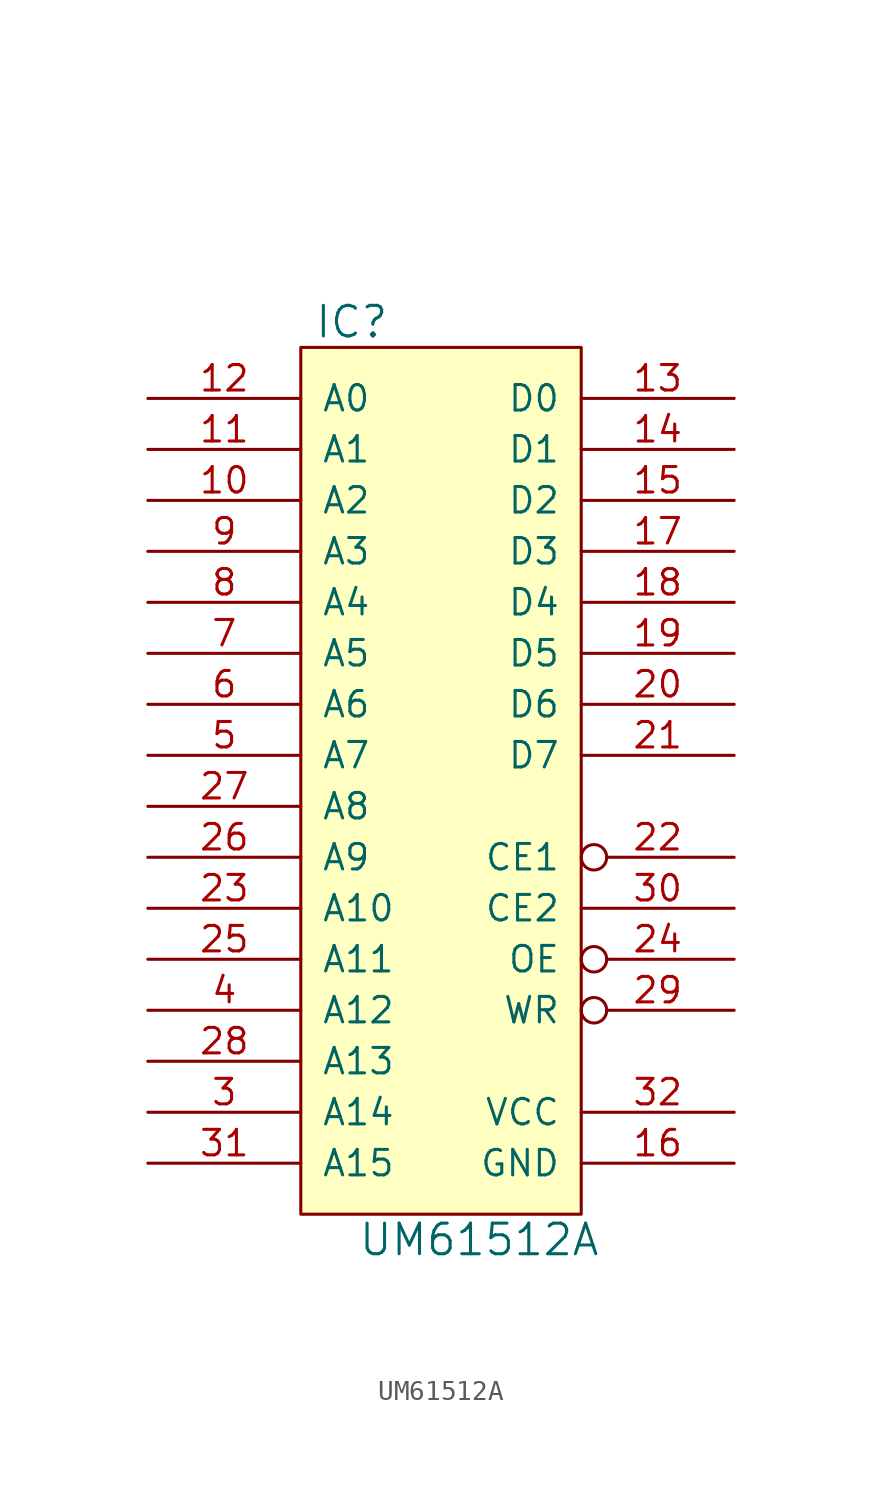
<source format=kicad_sym>
(kicad_symbol_lib
  (version 20220914)
  (generator kicad_symbol_editor)
  (symbol "UM61512A"
    (pin_names
      (offset 1.016))
    (property "Reference" "IC"
      (at 2.54 44.45 0)
      (effects (font (size 1.524 1.524))))
    (property "Value" "UM61512A"
      (at 8.89 -1.27 0)
      (effects (font (size 1.524 1.524))))
    (property "Footprint" ""
      (at 6.35 50.8 0)
      (effects (font (size 1.524 1.524))))
    (property "Datasheet" ""
      (at 6.35 50.8 0)
      (effects (font (size 1.524 1.524))))
    (symbol "UM61512A_0_1"
      (rectangle (start 0 43.18) (end 13.97 0) (stroke (width 0) (type solid)) (fill (type background))))
    (symbol "UM61512A_1_1"
      (pin input line (at -7.62 35.56 0) (length 7.62) (name "A2" (effects (font (size 1.27 1.27)))) (number "10" (effects (font (size 1.27 1.27)))))
      (pin input line (at -7.62 38.1 0) (length 7.62) (name "A1" (effects (font (size 1.27 1.27)))) (number "11" (effects (font (size 1.27 1.27)))))
      (pin input line (at -7.62 40.64 0) (length 7.62) (name "A0" (effects (font (size 1.27 1.27)))) (number "12" (effects (font (size 1.27 1.27)))))
      (pin tri_state line (at 21.59 40.64 180) (length 7.62) (name "D0" (effects (font (size 1.27 1.27)))) (number "13" (effects (font (size 1.27 1.27)))))
      (pin tri_state line (at 21.59 38.1 180) (length 7.62) (name "D1" (effects (font (size 1.27 1.27)))) (number "14" (effects (font (size 1.27 1.27)))))
      (pin tri_state line (at 21.59 35.56 180) (length 7.62) (name "D2" (effects (font (size 1.27 1.27)))) (number "15" (effects (font (size 1.27 1.27)))))
      (pin power_in line (at 21.59 2.54 180) (length 7.62) (name "GND" (effects (font (size 1.27 1.27)))) (number "16" (effects (font (size 1.27 1.27)))))
      (pin tri_state line (at 21.59 33.02 180) (length 7.62) (name "D3" (effects (font (size 1.27 1.27)))) (number "17" (effects (font (size 1.27 1.27)))))
      (pin tri_state line (at 21.59 30.48 180) (length 7.62) (name "D4" (effects (font (size 1.27 1.27)))) (number "18" (effects (font (size 1.27 1.27)))))
      (pin tri_state line (at 21.59 27.94 180) (length 7.62) (name "D5" (effects (font (size 1.27 1.27)))) (number "19" (effects (font (size 1.27 1.27)))))
      (pin tri_state line (at 21.59 25.4 180) (length 7.62) (name "D6" (effects (font (size 1.27 1.27)))) (number "20" (effects (font (size 1.27 1.27)))))
      (pin tri_state line (at 21.59 22.86 180) (length 7.62) (name "D7" (effects (font (size 1.27 1.27)))) (number "21" (effects (font (size 1.27 1.27)))))
      (pin input inverted (at 21.59 17.78 180) (length 7.62) (name "CE1" (effects (font (size 1.27 1.27)))) (number "22" (effects (font (size 1.27 1.27)))))
      (pin input line (at -7.62 15.24 0) (length 7.62) (name "A10" (effects (font (size 1.27 1.27)))) (number "23" (effects (font (size 1.27 1.27)))))
      (pin input inverted (at 21.59 12.7 180) (length 7.62) (name "OE" (effects (font (size 1.27 1.27)))) (number "24" (effects (font (size 1.27 1.27)))))
      (pin input line (at -7.62 12.7 0) (length 7.62) (name "A11" (effects (font (size 1.27 1.27)))) (number "25" (effects (font (size 1.27 1.27)))))
      (pin input line (at -7.62 17.78 0) (length 7.62) (name "A9" (effects (font (size 1.27 1.27)))) (number "26" (effects (font (size 1.27 1.27)))))
      (pin input line (at -7.62 20.32 0) (length 7.62) (name "A8" (effects (font (size 1.27 1.27)))) (number "27" (effects (font (size 1.27 1.27)))))
      (pin input line (at -7.62 7.62 0) (length 7.62) (name "A13" (effects (font (size 1.27 1.27)))) (number "28" (effects (font (size 1.27 1.27)))))
      (pin input inverted (at 21.59 10.16 180) (length 7.62) (name "WR" (effects (font (size 1.27 1.27)))) (number "29" (effects (font (size 1.27 1.27)))))
      (pin input line (at -7.62 5.08 0) (length 7.62) (name "A14" (effects (font (size 1.27 1.27)))) (number "3" (effects (font (size 1.27 1.27)))))
      (pin input line (at 21.59 15.24 180) (length 7.62) (name "CE2" (effects (font (size 1.27 1.27)))) (number "30" (effects (font (size 1.27 1.27)))))
      (pin input line (at -7.62 2.54 0) (length 7.62) (name "A15" (effects (font (size 1.27 1.27)))) (number "31" (effects (font (size 1.27 1.27)))))
      (pin power_in line (at 21.59 5.08 180) (length 7.62) (name "VCC" (effects (font (size 1.27 1.27)))) (number "32" (effects (font (size 1.27 1.27)))))
      (pin input line (at -7.62 10.16 0) (length 7.62) (name "A12" (effects (font (size 1.27 1.27)))) (number "4" (effects (font (size 1.27 1.27)))))
      (pin input line (at -7.62 22.86 0) (length 7.62) (name "A7" (effects (font (size 1.27 1.27)))) (number "5" (effects (font (size 1.27 1.27)))))
      (pin input line (at -7.62 25.4 0) (length 7.62) (name "A6" (effects (font (size 1.27 1.27)))) (number "6" (effects (font (size 1.27 1.27)))))
      (pin input line (at -7.62 27.94 0) (length 7.62) (name "A5" (effects (font (size 1.27 1.27)))) (number "7" (effects (font (size 1.27 1.27)))))
      (pin input line (at -7.62 30.48 0) (length 7.62) (name "A4" (effects (font (size 1.27 1.27)))) (number "8" (effects (font (size 1.27 1.27)))))
      (pin input line (at -7.62 33.02 0) (length 7.62) (name "A3" (effects (font (size 1.27 1.27)))) (number "9" (effects (font (size 1.27 1.27))))))))
</source>
